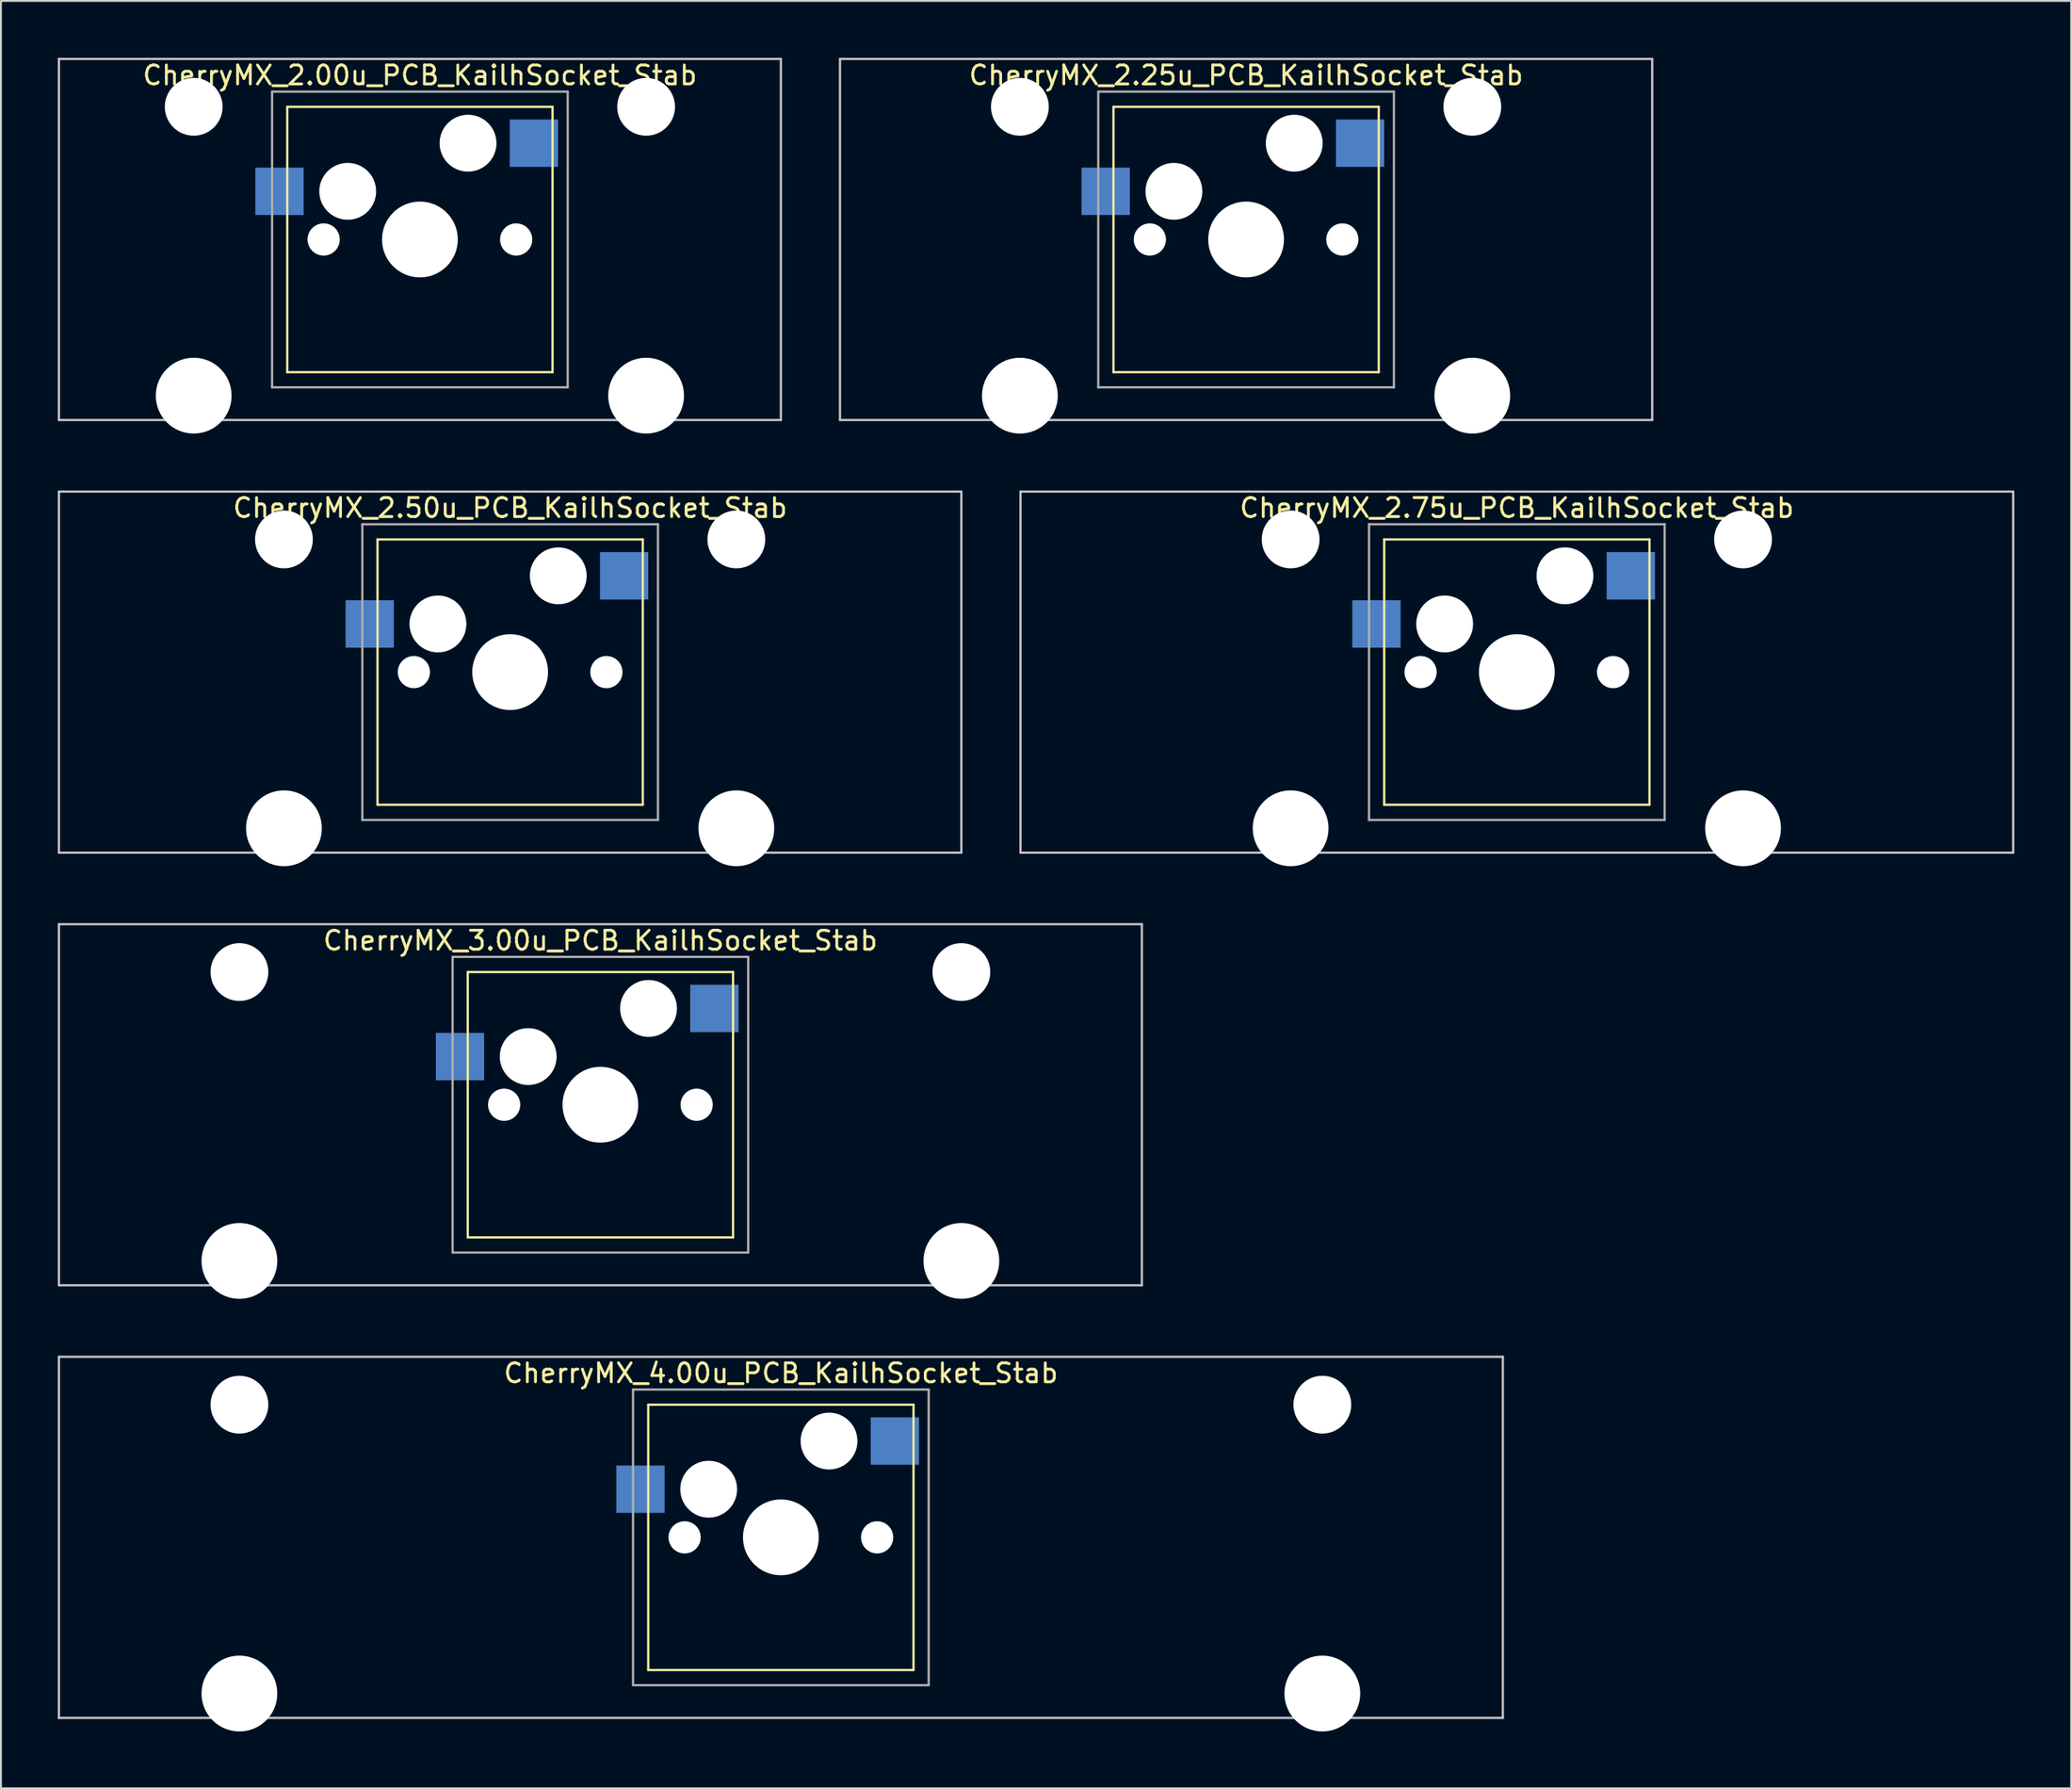
<source format=kicad_pcb>
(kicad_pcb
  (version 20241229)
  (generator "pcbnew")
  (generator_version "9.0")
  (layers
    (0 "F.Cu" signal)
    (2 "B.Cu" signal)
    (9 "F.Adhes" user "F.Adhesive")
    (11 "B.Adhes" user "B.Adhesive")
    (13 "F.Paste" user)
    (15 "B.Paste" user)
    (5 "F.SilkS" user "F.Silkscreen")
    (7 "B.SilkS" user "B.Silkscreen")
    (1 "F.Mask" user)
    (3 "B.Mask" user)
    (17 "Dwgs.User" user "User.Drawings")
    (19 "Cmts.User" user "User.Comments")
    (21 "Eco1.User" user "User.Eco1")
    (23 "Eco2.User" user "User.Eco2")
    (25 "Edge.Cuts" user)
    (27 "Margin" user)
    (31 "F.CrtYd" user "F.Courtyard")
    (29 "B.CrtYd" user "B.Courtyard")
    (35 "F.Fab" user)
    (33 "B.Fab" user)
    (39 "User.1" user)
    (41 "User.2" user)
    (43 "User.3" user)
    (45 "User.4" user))
  (footprint "CherryMX_2.50u_PCB_KailhSocket_Stab"
    (layer "F.Cu")
    (at 23.872 32.41)
    (property "Reference" "CherryMX_2.50u_PCB_KailhSocket_Stab" (at 0 -8.662 0) (layer "F.SilkS") (effects (font (size 1 1) (thickness 0.15))))
    (attr through_hole)
    (fp_line (start -7 -7) (end -7 7) (stroke (width 0.12) (type solid)) (layer "F.SilkS"))
    (fp_line (start -7 -7) (end 7 -7) (stroke (width 0.12) (type solid)) (layer "F.SilkS"))
    (fp_line (start 7 -7) (end 7 7) (stroke (width 0.12) (type solid)) (layer "F.SilkS"))
    (fp_line (start 7 7) (end -7 7) (stroke (width 0.12) (type solid)) (layer "F.SilkS"))
    (fp_line (start -23.812 -9.525) (end 23.812 -9.525) (stroke (width 0.12) (type solid)) (layer "Dwgs.User"))
    (fp_line (start -23.812 9.525) (end -23.812 -9.525) (stroke (width 0.12) (type solid)) (layer "Dwgs.User"))
    (fp_line (start 23.812 -9.525) (end 23.812 9.525) (stroke (width 0.12) (type solid)) (layer "Dwgs.User"))
    (fp_line (start 23.812 9.525) (end -23.812 9.525) (stroke (width 0.12) (type solid)) (layer "Dwgs.User"))
    (fp_line (start -7.8 -7.8) (end -7.8 7.8) (stroke (width 0.12) (type solid)) (layer "F.Fab"))
    (fp_line (start -7.8 -7.8) (end 7.8 -7.8) (stroke (width 0.12) (type solid)) (layer "F.Fab"))
    (fp_line (start -7.8 7.8) (end 7.8 7.8) (stroke (width 0.12) (type solid)) (layer "F.Fab"))
    (fp_line (start 7.8 -7.8) (end 7.8 7.8) (stroke (width 0.12) (type solid)) (layer "F.Fab"))
    (pad "" np_thru_hole circle (at -11.938 -7) (size 3.05 3.05) (drill 3.05) (layers "*.Cu" "*.Mask"))
    (pad "" np_thru_hole circle (at -11.938 8.24) (size 4 4) (drill 4) (layers "*.Cu" "*.Mask"))
    (pad "" np_thru_hole circle (at -5.08 0) (size 1.7 1.7) (drill 1.7) (layers "*.Cu" "*.Mask"))
    (pad "" np_thru_hole circle (at -3.81 -2.54) (size 3 3) (drill 3) (layers "*.Cu" "*.Mask"))
    (pad "" np_thru_hole circle (at 0 0) (size 4 4) (drill 4) (layers "*.Cu" "*.Mask"))
    (pad "" np_thru_hole circle (at 2.54 -5.08) (size 3 3) (drill 3) (layers "*.Cu" "*.Mask"))
    (pad "" np_thru_hole circle (at 5.08 0) (size 1.7 1.7) (drill 1.7) (layers "*.Cu" "*.Mask"))
    (pad "" np_thru_hole circle (at 11.938 -7) (size 3.05 3.05) (drill 3.05) (layers "*.Cu" "*.Mask"))
    (pad "" np_thru_hole circle (at 11.938 8.24) (size 4 4) (drill 4) (layers "*.Cu" "*.Mask"))
    (pad "1" smd rect (at -7.41 -2.54) (size 2.55 2.5) (layers "B.Cu" "B.Mask" "B.Paste"))
    (pad "2" smd rect (at 6.015 -5.08) (size 2.55 2.5) (layers "B.Cu" "B.Mask" "B.Paste")))
  (footprint "CherryMX_2.75u_PCB_KailhSocket_Stab"
    (layer "F.Cu")
    (at 76.999 32.41)
    (property "Reference" "CherryMX_2.75u_PCB_KailhSocket_Stab" (at 0 -8.662 0) (layer "F.SilkS") (effects (font (size 1 1) (thickness 0.15))))
    (attr through_hole)
    (fp_line (start -7 -7) (end -7 7) (stroke (width 0.12) (type solid)) (layer "F.SilkS"))
    (fp_line (start -7 -7) (end 7 -7) (stroke (width 0.12) (type solid)) (layer "F.SilkS"))
    (fp_line (start 7 -7) (end 7 7) (stroke (width 0.12) (type solid)) (layer "F.SilkS"))
    (fp_line (start 7 7) (end -7 7) (stroke (width 0.12) (type solid)) (layer "F.SilkS"))
    (fp_line (start -26.194 -9.525) (end 26.194 -9.525) (stroke (width 0.12) (type solid)) (layer "Dwgs.User"))
    (fp_line (start -26.194 9.525) (end -26.194 -9.525) (stroke (width 0.12) (type solid)) (layer "Dwgs.User"))
    (fp_line (start 26.194 -9.525) (end 26.194 9.525) (stroke (width 0.12) (type solid)) (layer "Dwgs.User"))
    (fp_line (start 26.194 9.525) (end -26.194 9.525) (stroke (width 0.12) (type solid)) (layer "Dwgs.User"))
    (fp_line (start -7.8 -7.8) (end -7.8 7.8) (stroke (width 0.12) (type solid)) (layer "F.Fab"))
    (fp_line (start -7.8 -7.8) (end 7.8 -7.8) (stroke (width 0.12) (type solid)) (layer "F.Fab"))
    (fp_line (start -7.8 7.8) (end 7.8 7.8) (stroke (width 0.12) (type solid)) (layer "F.Fab"))
    (fp_line (start 7.8 -7.8) (end 7.8 7.8) (stroke (width 0.12) (type solid)) (layer "F.Fab"))
    (pad "" np_thru_hole circle (at -11.938 -7) (size 3.05 3.05) (drill 3.05) (layers "*.Cu" "*.Mask"))
    (pad "" np_thru_hole circle (at -11.938 8.24) (size 4 4) (drill 4) (layers "*.Cu" "*.Mask"))
    (pad "" np_thru_hole circle (at -5.08 0) (size 1.7 1.7) (drill 1.7) (layers "*.Cu" "*.Mask"))
    (pad "" np_thru_hole circle (at -3.81 -2.54) (size 3 3) (drill 3) (layers "*.Cu" "*.Mask"))
    (pad "" np_thru_hole circle (at 0 0) (size 4 4) (drill 4) (layers "*.Cu" "*.Mask"))
    (pad "" np_thru_hole circle (at 2.54 -5.08) (size 3 3) (drill 3) (layers "*.Cu" "*.Mask"))
    (pad "" np_thru_hole circle (at 5.08 0) (size 1.7 1.7) (drill 1.7) (layers "*.Cu" "*.Mask"))
    (pad "" np_thru_hole circle (at 11.938 -7) (size 3.05 3.05) (drill 3.05) (layers "*.Cu" "*.Mask"))
    (pad "" np_thru_hole circle (at 11.938 8.24) (size 4 4) (drill 4) (layers "*.Cu" "*.Mask"))
    (pad "1" smd rect (at -7.41 -2.54) (size 2.55 2.5) (layers "B.Cu" "B.Mask" "B.Paste"))
    (pad "2" smd rect (at 6.015 -5.08) (size 2.55 2.5) (layers "B.Cu" "B.Mask" "B.Paste")))
  (footprint "CherryMX_2.00u_PCB_KailhSocket_Stab"
    (layer "F.Cu")
    (at 19.11 9.585)
    (property "Reference" "CherryMX_2.00u_PCB_KailhSocket_Stab" (at 0 -8.662 0) (layer "F.SilkS") (effects (font (size 1 1) (thickness 0.15))))
    (attr through_hole)
    (fp_line (start -7 -7) (end -7 7) (stroke (width 0.12) (type solid)) (layer "F.SilkS"))
    (fp_line (start -7 -7) (end 7 -7) (stroke (width 0.12) (type solid)) (layer "F.SilkS"))
    (fp_line (start 7 -7) (end 7 7) (stroke (width 0.12) (type solid)) (layer "F.SilkS"))
    (fp_line (start 7 7) (end -7 7) (stroke (width 0.12) (type solid)) (layer "F.SilkS"))
    (fp_line (start -19.05 -9.525) (end 19.05 -9.525) (stroke (width 0.12) (type solid)) (layer "Dwgs.User"))
    (fp_line (start -19.05 9.525) (end -19.05 -9.525) (stroke (width 0.12) (type solid)) (layer "Dwgs.User"))
    (fp_line (start 19.05 -9.525) (end 19.05 9.525) (stroke (width 0.12) (type solid)) (layer "Dwgs.User"))
    (fp_line (start 19.05 9.525) (end -19.05 9.525) (stroke (width 0.12) (type solid)) (layer "Dwgs.User"))
    (fp_line (start -7.8 -7.8) (end -7.8 7.8) (stroke (width 0.12) (type solid)) (layer "F.Fab"))
    (fp_line (start -7.8 -7.8) (end 7.8 -7.8) (stroke (width 0.12) (type solid)) (layer "F.Fab"))
    (fp_line (start -7.8 7.8) (end 7.8 7.8) (stroke (width 0.12) (type solid)) (layer "F.Fab"))
    (fp_line (start 7.8 -7.8) (end 7.8 7.8) (stroke (width 0.12) (type solid)) (layer "F.Fab"))
    (pad "" np_thru_hole circle (at -11.938 -7) (size 3.05 3.05) (drill 3.05) (layers "*.Cu" "*.Mask"))
    (pad "" np_thru_hole circle (at -11.938 8.24) (size 4 4) (drill 4) (layers "*.Cu" "*.Mask"))
    (pad "" np_thru_hole circle (at -5.08 0) (size 1.7 1.7) (drill 1.7) (layers "*.Cu" "*.Mask"))
    (pad "" np_thru_hole circle (at -3.81 -2.54) (size 3 3) (drill 3) (layers "*.Cu" "*.Mask"))
    (pad "" np_thru_hole circle (at 0 0) (size 4 4) (drill 4) (layers "*.Cu" "*.Mask"))
    (pad "" np_thru_hole circle (at 2.54 -5.08) (size 3 3) (drill 3) (layers "*.Cu" "*.Mask"))
    (pad "" np_thru_hole circle (at 5.08 0) (size 1.7 1.7) (drill 1.7) (layers "*.Cu" "*.Mask"))
    (pad "" np_thru_hole circle (at 11.938 -7) (size 3.05 3.05) (drill 3.05) (layers "*.Cu" "*.Mask"))
    (pad "" np_thru_hole circle (at 11.938 8.24) (size 4 4) (drill 4) (layers "*.Cu" "*.Mask"))
    (pad "1" smd rect (at -7.41 -2.54) (size 2.55 2.5) (layers "B.Cu" "B.Mask" "B.Paste"))
    (pad "2" smd rect (at 6.015 -5.08) (size 2.55 2.5) (layers "B.Cu" "B.Mask" "B.Paste")))
  (footprint "CherryMX_3.00u_PCB_KailhSocket_Stab"
    (layer "F.Cu")
    (at 28.635 55.235)
    (property "Reference" "CherryMX_3.00u_PCB_KailhSocket_Stab" (at 0 -8.662 0) (layer "F.SilkS") (effects (font (size 1 1) (thickness 0.15))))
    (attr through_hole)
    (fp_line (start -7 -7) (end -7 7) (stroke (width 0.12) (type solid)) (layer "F.SilkS"))
    (fp_line (start -7 -7) (end 7 -7) (stroke (width 0.12) (type solid)) (layer "F.SilkS"))
    (fp_line (start 7 -7) (end 7 7) (stroke (width 0.12) (type solid)) (layer "F.SilkS"))
    (fp_line (start 7 7) (end -7 7) (stroke (width 0.12) (type solid)) (layer "F.SilkS"))
    (fp_line (start -28.575 -9.525) (end 28.575 -9.525) (stroke (width 0.12) (type solid)) (layer "Dwgs.User"))
    (fp_line (start -28.575 9.525) (end -28.575 -9.525) (stroke (width 0.12) (type solid)) (layer "Dwgs.User"))
    (fp_line (start 28.575 -9.525) (end 28.575 9.525) (stroke (width 0.12) (type solid)) (layer "Dwgs.User"))
    (fp_line (start 28.575 9.525) (end -28.575 9.525) (stroke (width 0.12) (type solid)) (layer "Dwgs.User"))
    (fp_line (start -7.8 -7.8) (end -7.8 7.8) (stroke (width 0.12) (type solid)) (layer "F.Fab"))
    (fp_line (start -7.8 -7.8) (end 7.8 -7.8) (stroke (width 0.12) (type solid)) (layer "F.Fab"))
    (fp_line (start -7.8 7.8) (end 7.8 7.8) (stroke (width 0.12) (type solid)) (layer "F.Fab"))
    (fp_line (start 7.8 -7.8) (end 7.8 7.8) (stroke (width 0.12) (type solid)) (layer "F.Fab"))
    (pad "" np_thru_hole circle (at -19.05 -7) (size 3.05 3.05) (drill 3.05) (layers "*.Cu" "*.Mask"))
    (pad "" np_thru_hole circle (at -19.05 8.24) (size 4 4) (drill 4) (layers "*.Cu" "*.Mask"))
    (pad "" np_thru_hole circle (at -5.08 0) (size 1.7 1.7) (drill 1.7) (layers "*.Cu" "*.Mask"))
    (pad "" np_thru_hole circle (at -3.81 -2.54) (size 3 3) (drill 3) (layers "*.Cu" "*.Mask"))
    (pad "" np_thru_hole circle (at 0 0) (size 4 4) (drill 4) (layers "*.Cu" "*.Mask"))
    (pad "" np_thru_hole circle (at 2.54 -5.08) (size 3 3) (drill 3) (layers "*.Cu" "*.Mask"))
    (pad "" np_thru_hole circle (at 5.08 0) (size 1.7 1.7) (drill 1.7) (layers "*.Cu" "*.Mask"))
    (pad "" np_thru_hole circle (at 19.05 -7) (size 3.05 3.05) (drill 3.05) (layers "*.Cu" "*.Mask"))
    (pad "" np_thru_hole circle (at 19.05 8.24) (size 4 4) (drill 4) (layers "*.Cu" "*.Mask"))
    (pad "1" smd rect (at -7.41 -2.54) (size 2.55 2.5) (layers "B.Cu" "B.Mask" "B.Paste"))
    (pad "2" smd rect (at 6.015 -5.08) (size 2.55 2.5) (layers "B.Cu" "B.Mask" "B.Paste")))
  (footprint "CherryMX_4.00u_PCB_KailhSocket_Stab"
    (layer "F.Cu")
    (at 38.16 78.06)
    (property "Reference" "CherryMX_4.00u_PCB_KailhSocket_Stab" (at 0 -8.662 0) (layer "F.SilkS") (effects (font (size 1 1) (thickness 0.15))))
    (attr through_hole)
    (fp_line (start -7 -7) (end -7 7) (stroke (width 0.12) (type solid)) (layer "F.SilkS"))
    (fp_line (start -7 -7) (end 7 -7) (stroke (width 0.12) (type solid)) (layer "F.SilkS"))
    (fp_line (start 7 -7) (end 7 7) (stroke (width 0.12) (type solid)) (layer "F.SilkS"))
    (fp_line (start 7 7) (end -7 7) (stroke (width 0.12) (type solid)) (layer "F.SilkS"))
    (fp_line (start -38.1 -9.525) (end 38.1 -9.525) (stroke (width 0.12) (type solid)) (layer "Dwgs.User"))
    (fp_line (start -38.1 9.525) (end -38.1 -9.525) (stroke (width 0.12) (type solid)) (layer "Dwgs.User"))
    (fp_line (start 38.1 -9.525) (end 38.1 9.525) (stroke (width 0.12) (type solid)) (layer "Dwgs.User"))
    (fp_line (start 38.1 9.525) (end -38.1 9.525) (stroke (width 0.12) (type solid)) (layer "Dwgs.User"))
    (fp_line (start -7.8 -7.8) (end -7.8 7.8) (stroke (width 0.12) (type solid)) (layer "F.Fab"))
    (fp_line (start -7.8 -7.8) (end 7.8 -7.8) (stroke (width 0.12) (type solid)) (layer "F.Fab"))
    (fp_line (start -7.8 7.8) (end 7.8 7.8) (stroke (width 0.12) (type solid)) (layer "F.Fab"))
    (fp_line (start 7.8 -7.8) (end 7.8 7.8) (stroke (width 0.12) (type solid)) (layer "F.Fab"))
    (pad "" np_thru_hole circle (at -28.575 -7) (size 3.05 3.05) (drill 3.05) (layers "*.Cu" "*.Mask"))
    (pad "" np_thru_hole circle (at -28.575 8.24) (size 4 4) (drill 4) (layers "*.Cu" "*.Mask"))
    (pad "" np_thru_hole circle (at -5.08 0) (size 1.7 1.7) (drill 1.7) (layers "*.Cu" "*.Mask"))
    (pad "" np_thru_hole circle (at -3.81 -2.54) (size 3 3) (drill 3) (layers "*.Cu" "*.Mask"))
    (pad "" np_thru_hole circle (at 0 0) (size 4 4) (drill 4) (layers "*.Cu" "*.Mask"))
    (pad "" np_thru_hole circle (at 2.54 -5.08) (size 3 3) (drill 3) (layers "*.Cu" "*.Mask"))
    (pad "" np_thru_hole circle (at 5.08 0) (size 1.7 1.7) (drill 1.7) (layers "*.Cu" "*.Mask"))
    (pad "" np_thru_hole circle (at 28.575 -7) (size 3.05 3.05) (drill 3.05) (layers "*.Cu" "*.Mask"))
    (pad "" np_thru_hole circle (at 28.575 8.24) (size 4 4) (drill 4) (layers "*.Cu" "*.Mask"))
    (pad "1" smd rect (at -7.41 -2.54) (size 2.55 2.5) (layers "B.Cu" "B.Mask" "B.Paste"))
    (pad "2" smd rect (at 6.015 -5.08) (size 2.55 2.5) (layers "B.Cu" "B.Mask" "B.Paste")))
  (footprint "CherryMX_2.25u_PCB_KailhSocket_Stab"
    (layer "F.Cu")
    (at 62.711 9.585)
    (property "Reference" "CherryMX_2.25u_PCB_KailhSocket_Stab" (at 0 -8.662 0) (layer "F.SilkS") (effects (font (size 1 1) (thickness 0.15))))
    (attr through_hole)
    (fp_line (start -7 -7) (end -7 7) (stroke (width 0.12) (type solid)) (layer "F.SilkS"))
    (fp_line (start -7 -7) (end 7 -7) (stroke (width 0.12) (type solid)) (layer "F.SilkS"))
    (fp_line (start 7 -7) (end 7 7) (stroke (width 0.12) (type solid)) (layer "F.SilkS"))
    (fp_line (start 7 7) (end -7 7) (stroke (width 0.12) (type solid)) (layer "F.SilkS"))
    (fp_line (start -21.431 -9.525) (end 21.431 -9.525) (stroke (width 0.12) (type solid)) (layer "Dwgs.User"))
    (fp_line (start -21.431 9.525) (end -21.431 -9.525) (stroke (width 0.12) (type solid)) (layer "Dwgs.User"))
    (fp_line (start 21.431 -9.525) (end 21.431 9.525) (stroke (width 0.12) (type solid)) (layer "Dwgs.User"))
    (fp_line (start 21.431 9.525) (end -21.431 9.525) (stroke (width 0.12) (type solid)) (layer "Dwgs.User"))
    (fp_line (start -7.8 -7.8) (end -7.8 7.8) (stroke (width 0.12) (type solid)) (layer "F.Fab"))
    (fp_line (start -7.8 -7.8) (end 7.8 -7.8) (stroke (width 0.12) (type solid)) (layer "F.Fab"))
    (fp_line (start -7.8 7.8) (end 7.8 7.8) (stroke (width 0.12) (type solid)) (layer "F.Fab"))
    (fp_line (start 7.8 -7.8) (end 7.8 7.8) (stroke (width 0.12) (type solid)) (layer "F.Fab"))
    (pad "" np_thru_hole circle (at -11.938 -7) (size 3.05 3.05) (drill 3.05) (layers "*.Cu" "*.Mask"))
    (pad "" np_thru_hole circle (at -11.938 8.24) (size 4 4) (drill 4) (layers "*.Cu" "*.Mask"))
    (pad "" np_thru_hole circle (at -5.08 0) (size 1.7 1.7) (drill 1.7) (layers "*.Cu" "*.Mask"))
    (pad "" np_thru_hole circle (at -3.81 -2.54) (size 3 3) (drill 3) (layers "*.Cu" "*.Mask"))
    (pad "" np_thru_hole circle (at 0 0) (size 4 4) (drill 4) (layers "*.Cu" "*.Mask"))
    (pad "" np_thru_hole circle (at 2.54 -5.08) (size 3 3) (drill 3) (layers "*.Cu" "*.Mask"))
    (pad "" np_thru_hole circle (at 5.08 0) (size 1.7 1.7) (drill 1.7) (layers "*.Cu" "*.Mask"))
    (pad "" np_thru_hole circle (at 11.938 -7) (size 3.05 3.05) (drill 3.05) (layers "*.Cu" "*.Mask"))
    (pad "" np_thru_hole circle (at 11.938 8.24) (size 4 4) (drill 4) (layers "*.Cu" "*.Mask"))
    (pad "1" smd rect (at -7.41 -2.54) (size 2.55 2.5) (layers "B.Cu" "B.Mask" "B.Paste"))
    (pad "2" smd rect (at 6.015 -5.08) (size 2.55 2.5) (layers "B.Cu" "B.Mask" "B.Paste")))
  (gr_rect
    (start -3 -3)
    (end 106.252 91.3)
    (stroke (width 0.1) (type default))
    (fill no)
    (layer "Edge.Cuts")))
</source>
